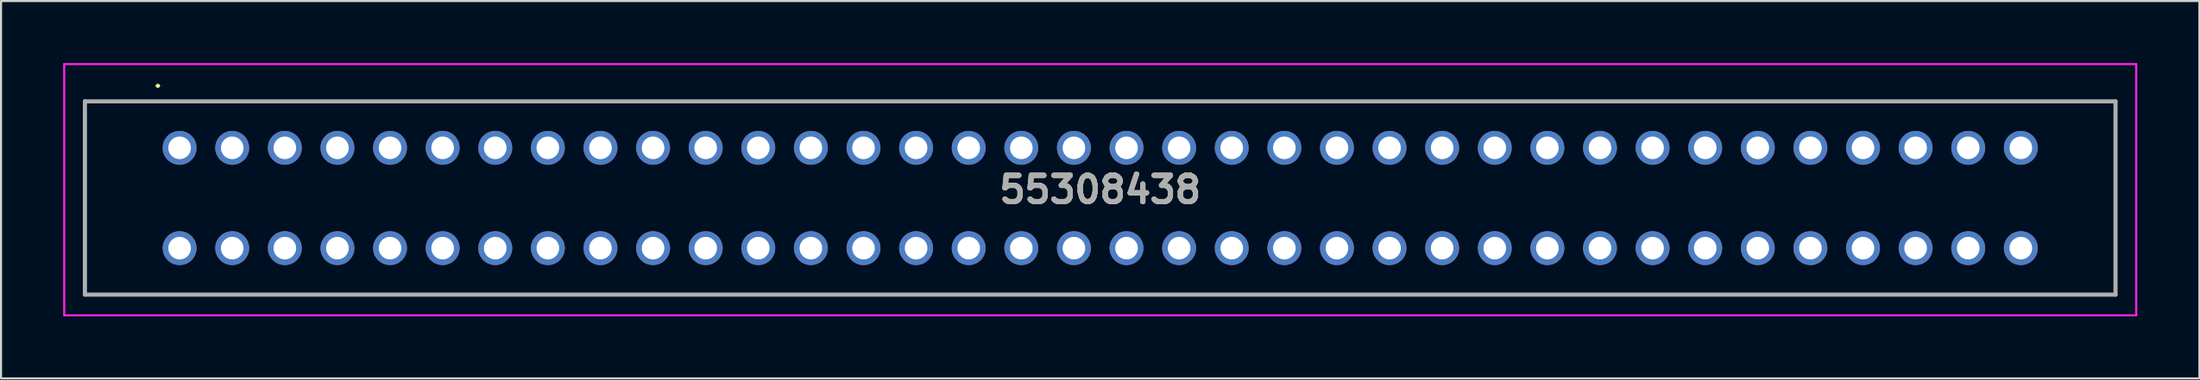
<source format=kicad_pcb>
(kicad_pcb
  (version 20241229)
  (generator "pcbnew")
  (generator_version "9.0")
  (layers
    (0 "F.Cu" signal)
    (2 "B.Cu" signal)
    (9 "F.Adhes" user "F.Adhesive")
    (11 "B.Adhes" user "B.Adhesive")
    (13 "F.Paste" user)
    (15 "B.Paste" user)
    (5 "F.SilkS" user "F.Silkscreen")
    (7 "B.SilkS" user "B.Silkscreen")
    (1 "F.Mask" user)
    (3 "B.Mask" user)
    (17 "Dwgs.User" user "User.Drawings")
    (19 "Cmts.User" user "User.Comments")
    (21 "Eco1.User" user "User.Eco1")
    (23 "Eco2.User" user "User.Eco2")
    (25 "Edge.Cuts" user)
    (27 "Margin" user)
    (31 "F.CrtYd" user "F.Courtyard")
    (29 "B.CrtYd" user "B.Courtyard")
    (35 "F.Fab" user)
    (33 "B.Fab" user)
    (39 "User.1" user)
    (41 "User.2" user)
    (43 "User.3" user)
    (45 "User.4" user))
  (footprint "55308438"
    (layer "F.Cu")
    (at 5.622 4.1)
    (property "Reference" "55308438" (at 44.45 2.025 0) (layer "F.SilkS") (effects (font (size 1.27 1.27) (thickness 0.254))))
    (attr through_hole)
    (fp_line (start -4.572 -2.248) (end 93.472 -2.248) (stroke (width 0.1) (type solid)) (layer "F.SilkS"))
    (fp_line (start -4.572 7.099) (end -4.572 -2.248) (stroke (width 0.1) (type solid)) (layer "F.SilkS"))
    (fp_line (start -1.1 -3) (end -1.1 -3) (stroke (width 0.1) (type solid)) (layer "F.SilkS"))
    (fp_line (start -1 -3) (end -1 -3) (stroke (width 0.1) (type solid)) (layer "F.SilkS"))
    (fp_line (start 93.472 -2.248) (end 93.472 7.099) (stroke (width 0.1) (type solid)) (layer "F.SilkS"))
    (fp_line (start 93.472 7.099) (end -4.572 7.099) (stroke (width 0.1) (type solid)) (layer "F.SilkS"))
    (fp_arc (start -1.1 -3) (mid -1.05 -3.05) (end -1 -3) (stroke (width 0.1) (type solid)) (layer "F.SilkS"))
    (fp_arc (start -1 -3) (mid -1.05 -2.95) (end -1.1 -3) (stroke (width 0.1) (type solid)) (layer "F.SilkS"))
    (fp_line (start -5.572 -4.05) (end 94.472 -4.05) (stroke (width 0.1) (type solid)) (layer "F.CrtYd"))
    (fp_line (start -5.572 8.099) (end -5.572 -4.05) (stroke (width 0.1) (type solid)) (layer "F.CrtYd"))
    (fp_line (start 94.472 -4.05) (end 94.472 8.099) (stroke (width 0.1) (type solid)) (layer "F.CrtYd"))
    (fp_line (start 94.472 8.099) (end -5.572 8.099) (stroke (width 0.1) (type solid)) (layer "F.CrtYd"))
    (fp_line (start -4.572 -2.248) (end 93.472 -2.248) (stroke (width 0.2) (type solid)) (layer "F.Fab"))
    (fp_line (start -4.572 7.099) (end -4.572 -2.248) (stroke (width 0.2) (type solid)) (layer "F.Fab"))
    (fp_line (start 93.472 -2.248) (end 93.472 7.099) (stroke (width 0.2) (type solid)) (layer "F.Fab"))
    (fp_line (start 93.472 7.099) (end -4.572 7.099) (stroke (width 0.2) (type solid)) (layer "F.Fab"))
    (fp_text user "${REFERENCE}" (at 44.45 2.025 0) (layer "F.Fab") (effects (font (size 1.27 1.27) (thickness 0.254))))
    (pad "1" thru_hole circle (at 0 0) (size 1.638 1.638) (drill 1.092) (layers "*.Cu" "*.Mask"))
    (pad "2" thru_hole circle (at 0 4.851) (size 1.638 1.638) (drill 1.092) (layers "*.Cu" "*.Mask"))
    (pad "3" thru_hole circle (at 2.54 0) (size 1.638 1.638) (drill 1.092) (layers "*.Cu" "*.Mask"))
    (pad "4" thru_hole circle (at 2.54 4.851) (size 1.638 1.638) (drill 1.092) (layers "*.Cu" "*.Mask"))
    (pad "5" thru_hole circle (at 5.08 0) (size 1.638 1.638) (drill 1.092) (layers "*.Cu" "*.Mask"))
    (pad "6" thru_hole circle (at 5.08 4.851) (size 1.638 1.638) (drill 1.092) (layers "*.Cu" "*.Mask"))
    (pad "7" thru_hole circle (at 7.62 0) (size 1.638 1.638) (drill 1.092) (layers "*.Cu" "*.Mask"))
    (pad "8" thru_hole circle (at 7.62 4.851) (size 1.638 1.638) (drill 1.092) (layers "*.Cu" "*.Mask"))
    (pad "9" thru_hole circle (at 10.16 0) (size 1.638 1.638) (drill 1.092) (layers "*.Cu" "*.Mask"))
    (pad "10" thru_hole circle (at 10.16 4.851) (size 1.638 1.638) (drill 1.092) (layers "*.Cu" "*.Mask"))
    (pad "11" thru_hole circle (at 12.7 0) (size 1.638 1.638) (drill 1.092) (layers "*.Cu" "*.Mask"))
    (pad "12" thru_hole circle (at 12.7 4.851) (size 1.638 1.638) (drill 1.092) (layers "*.Cu" "*.Mask"))
    (pad "13" thru_hole circle (at 15.24 0) (size 1.638 1.638) (drill 1.092) (layers "*.Cu" "*.Mask"))
    (pad "14" thru_hole circle (at 15.24 4.851) (size 1.638 1.638) (drill 1.092) (layers "*.Cu" "*.Mask"))
    (pad "15" thru_hole circle (at 17.78 0) (size 1.638 1.638) (drill 1.092) (layers "*.Cu" "*.Mask"))
    (pad "16" thru_hole circle (at 17.78 4.851) (size 1.638 1.638) (drill 1.092) (layers "*.Cu" "*.Mask"))
    (pad "17" thru_hole circle (at 20.32 0) (size 1.638 1.638) (drill 1.092) (layers "*.Cu" "*.Mask"))
    (pad "18" thru_hole circle (at 20.32 4.851) (size 1.638 1.638) (drill 1.092) (layers "*.Cu" "*.Mask"))
    (pad "19" thru_hole circle (at 22.86 0) (size 1.638 1.638) (drill 1.092) (layers "*.Cu" "*.Mask"))
    (pad "20" thru_hole circle (at 22.86 4.851) (size 1.638 1.638) (drill 1.092) (layers "*.Cu" "*.Mask"))
    (pad "21" thru_hole circle (at 25.4 0) (size 1.638 1.638) (drill 1.092) (layers "*.Cu" "*.Mask"))
    (pad "22" thru_hole circle (at 25.4 4.851) (size 1.638 1.638) (drill 1.092) (layers "*.Cu" "*.Mask"))
    (pad "23" thru_hole circle (at 27.94 0) (size 1.638 1.638) (drill 1.092) (layers "*.Cu" "*.Mask"))
    (pad "24" thru_hole circle (at 27.94 4.851) (size 1.638 1.638) (drill 1.092) (layers "*.Cu" "*.Mask"))
    (pad "25" thru_hole circle (at 30.48 0) (size 1.638 1.638) (drill 1.092) (layers "*.Cu" "*.Mask"))
    (pad "26" thru_hole circle (at 30.48 4.851) (size 1.638 1.638) (drill 1.092) (layers "*.Cu" "*.Mask"))
    (pad "27" thru_hole circle (at 33.02 0) (size 1.638 1.638) (drill 1.092) (layers "*.Cu" "*.Mask"))
    (pad "28" thru_hole circle (at 33.02 4.851) (size 1.638 1.638) (drill 1.092) (layers "*.Cu" "*.Mask"))
    (pad "29" thru_hole circle (at 35.56 0) (size 1.638 1.638) (drill 1.092) (layers "*.Cu" "*.Mask"))
    (pad "30" thru_hole circle (at 35.56 4.851) (size 1.638 1.638) (drill 1.092) (layers "*.Cu" "*.Mask"))
    (pad "31" thru_hole circle (at 38.1 0) (size 1.638 1.638) (drill 1.092) (layers "*.Cu" "*.Mask"))
    (pad "32" thru_hole circle (at 38.1 4.851) (size 1.638 1.638) (drill 1.092) (layers "*.Cu" "*.Mask"))
    (pad "33" thru_hole circle (at 40.64 0) (size 1.638 1.638) (drill 1.092) (layers "*.Cu" "*.Mask"))
    (pad "34" thru_hole circle (at 40.64 4.851) (size 1.638 1.638) (drill 1.092) (layers "*.Cu" "*.Mask"))
    (pad "35" thru_hole circle (at 43.18 0) (size 1.638 1.638) (drill 1.092) (layers "*.Cu" "*.Mask"))
    (pad "36" thru_hole circle (at 43.18 4.851) (size 1.638 1.638) (drill 1.092) (layers "*.Cu" "*.Mask"))
    (pad "37" thru_hole circle (at 45.72 0) (size 1.638 1.638) (drill 1.092) (layers "*.Cu" "*.Mask"))
    (pad "38" thru_hole circle (at 45.72 4.851) (size 1.638 1.638) (drill 1.092) (layers "*.Cu" "*.Mask"))
    (pad "39" thru_hole circle (at 48.26 0) (size 1.638 1.638) (drill 1.092) (layers "*.Cu" "*.Mask"))
    (pad "40" thru_hole circle (at 48.26 4.851) (size 1.638 1.638) (drill 1.092) (layers "*.Cu" "*.Mask"))
    (pad "41" thru_hole circle (at 50.8 0) (size 1.638 1.638) (drill 1.092) (layers "*.Cu" "*.Mask"))
    (pad "42" thru_hole circle (at 50.8 4.851) (size 1.638 1.638) (drill 1.092) (layers "*.Cu" "*.Mask"))
    (pad "43" thru_hole circle (at 53.34 0) (size 1.638 1.638) (drill 1.092) (layers "*.Cu" "*.Mask"))
    (pad "44" thru_hole circle (at 53.34 4.851) (size 1.638 1.638) (drill 1.092) (layers "*.Cu" "*.Mask"))
    (pad "45" thru_hole circle (at 55.88 0) (size 1.638 1.638) (drill 1.092) (layers "*.Cu" "*.Mask"))
    (pad "46" thru_hole circle (at 55.88 4.851) (size 1.638 1.638) (drill 1.092) (layers "*.Cu" "*.Mask"))
    (pad "47" thru_hole circle (at 58.42 0) (size 1.638 1.638) (drill 1.092) (layers "*.Cu" "*.Mask"))
    (pad "48" thru_hole circle (at 58.42 4.851) (size 1.638 1.638) (drill 1.092) (layers "*.Cu" "*.Mask"))
    (pad "49" thru_hole circle (at 60.96 0) (size 1.638 1.638) (drill 1.092) (layers "*.Cu" "*.Mask"))
    (pad "50" thru_hole circle (at 60.96 4.851) (size 1.638 1.638) (drill 1.092) (layers "*.Cu" "*.Mask"))
    (pad "51" thru_hole circle (at 63.5 0) (size 1.638 1.638) (drill 1.092) (layers "*.Cu" "*.Mask"))
    (pad "52" thru_hole circle (at 63.5 4.851) (size 1.638 1.638) (drill 1.092) (layers "*.Cu" "*.Mask"))
    (pad "53" thru_hole circle (at 66.04 0) (size 1.638 1.638) (drill 1.092) (layers "*.Cu" "*.Mask"))
    (pad "54" thru_hole circle (at 66.04 4.851) (size 1.638 1.638) (drill 1.092) (layers "*.Cu" "*.Mask"))
    (pad "55" thru_hole circle (at 68.58 0) (size 1.638 1.638) (drill 1.092) (layers "*.Cu" "*.Mask"))
    (pad "56" thru_hole circle (at 68.58 4.851) (size 1.638 1.638) (drill 1.092) (layers "*.Cu" "*.Mask"))
    (pad "57" thru_hole circle (at 71.12 0) (size 1.638 1.638) (drill 1.092) (layers "*.Cu" "*.Mask"))
    (pad "58" thru_hole circle (at 71.12 4.851) (size 1.638 1.638) (drill 1.092) (layers "*.Cu" "*.Mask"))
    (pad "59" thru_hole circle (at 73.66 0) (size 1.638 1.638) (drill 1.092) (layers "*.Cu" "*.Mask"))
    (pad "60" thru_hole circle (at 73.66 4.851) (size 1.638 1.638) (drill 1.092) (layers "*.Cu" "*.Mask"))
    (pad "61" thru_hole circle (at 76.2 0) (size 1.638 1.638) (drill 1.092) (layers "*.Cu" "*.Mask"))
    (pad "62" thru_hole circle (at 76.2 4.851) (size 1.638 1.638) (drill 1.092) (layers "*.Cu" "*.Mask"))
    (pad "63" thru_hole circle (at 78.74 0) (size 1.638 1.638) (drill 1.092) (layers "*.Cu" "*.Mask"))
    (pad "64" thru_hole circle (at 78.74 4.851) (size 1.638 1.638) (drill 1.092) (layers "*.Cu" "*.Mask"))
    (pad "65" thru_hole circle (at 81.28 0) (size 1.638 1.638) (drill 1.092) (layers "*.Cu" "*.Mask"))
    (pad "66" thru_hole circle (at 81.28 4.851) (size 1.638 1.638) (drill 1.092) (layers "*.Cu" "*.Mask"))
    (pad "67" thru_hole circle (at 83.82 0) (size 1.638 1.638) (drill 1.092) (layers "*.Cu" "*.Mask"))
    (pad "68" thru_hole circle (at 83.82 4.851) (size 1.638 1.638) (drill 1.092) (layers "*.Cu" "*.Mask"))
    (pad "69" thru_hole circle (at 86.36 0) (size 1.638 1.638) (drill 1.092) (layers "*.Cu" "*.Mask"))
    (pad "70" thru_hole circle (at 86.36 4.851) (size 1.638 1.638) (drill 1.092) (layers "*.Cu" "*.Mask"))
    (pad "71" thru_hole circle (at 88.9 0) (size 1.638 1.638) (drill 1.092) (layers "*.Cu" "*.Mask"))
    (pad "72" thru_hole circle (at 88.9 4.851) (size 1.638 1.638) (drill 1.092) (layers "*.Cu" "*.Mask")))
  (gr_rect
    (start -3 -3)
    (end 103.144 15.249)
    (stroke (width 0.1) (type default))
    (fill no)
    (layer "Edge.Cuts")))
</source>
